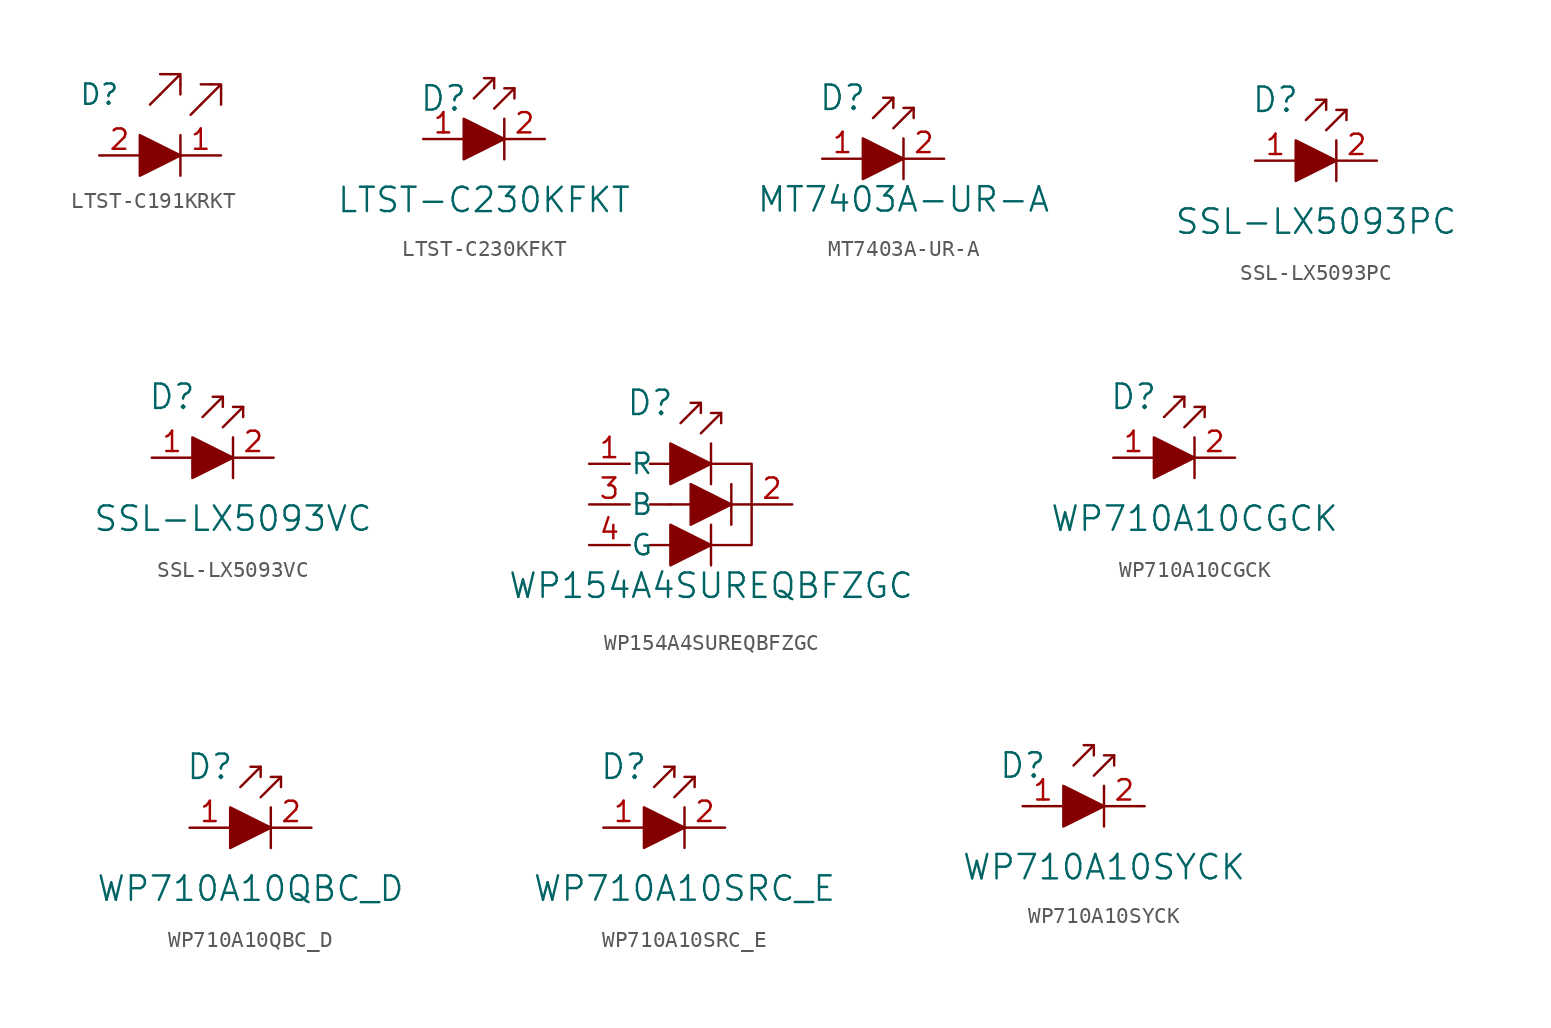
<source format=kicad_sym>
(kicad_symbol_lib
  (version 20220914)
  (generator kicad_symbol_editor)
  (symbol "LTST-C191KRKT"
    (pin_names
      (offset 0))
    (property "Reference" "D"
      (at -6.35 3.81 0)
      (effects (font (size 1.27 1.27)) (justify left)))
    (symbol "LTST-C191KRKT_0_1"
      (polyline (pts (xy 0 1.27) (xy 0 -1.27)) (stroke (width 0) (type solid)) (fill (type none)))
      (polyline (pts (xy -2.54 1.27) (xy -2.54 -1.27) (xy 0 0) (xy -2.54 1.27)) (stroke (width 0) (type solid)) (fill (type outline))))
    (symbol "LTST-C191KRKT_1_1"
      (polyline (pts (xy -1.27 3.81) (xy -1.905 3.175)) (stroke (width 0) (type solid)) (fill (type none)))
      (polyline (pts (xy -0.635 5.08) (xy -1.27 5.08)) (stroke (width 0) (type solid)) (fill (type none)))
      (polyline (pts (xy 0 4.445) (xy 0 3.81)) (stroke (width 0) (type solid)) (fill (type none)))
      (polyline (pts (xy 1.27 3.175) (xy 0.635 2.54)) (stroke (width 0) (type solid)) (fill (type none)))
      (polyline (pts (xy 1.905 4.445) (xy 1.27 4.445)) (stroke (width 0) (type solid)) (fill (type none)))
      (polyline (pts (xy 2.54 3.81) (xy 2.54 3.175)) (stroke (width 0) (type solid)) (fill (type none)))
      (polyline (pts (xy 1.27 3.175) (xy 2.54 4.445) (xy 1.905 4.445) (xy 2.54 4.445) (xy 2.54 3.81)) (stroke (width 0) (type solid)) (fill (type none)))
      (polyline (pts (xy 0 5.08) (xy 0 4.445) (xy 0 5.08) (xy -0.635 5.08) (xy 0 5.08) (xy -1.27 3.81)) (stroke (width 0) (type solid)) (fill (type none)))
      (pin output line (at 2.54 0 180) (length 2.54) (name "~" (effects (font (size 1.27 1.27)))) (number "1" (effects (font (size 1.27 1.27)))))
      (pin input line (at -5.08 0 0) (length 2.54) (name "~" (effects (font (size 1.27 1.27)))) (number "2" (effects (font (size 1.27 1.27)))))))
  (symbol "LTST-C230KFKT"
    (pin_names
      (offset 0))
    (property "Reference" "D"
      (at -3.81 2.54 0)
      (effects (font (size 1.524 1.524))))
    (property "Value" "LTST-C230KFKT"
      (at -1.27 -3.81 0)
      (effects (font (size 1.524 1.524))))
    (symbol "LTST-C230KFKT_0_1"
      (polyline (pts (xy -0.635 3.81) (xy -1.905 2.54)) (stroke (width 0) (type solid)) (fill (type none)))
      (polyline (pts (xy 0 1.27) (xy 0 -1.27)) (stroke (width 0) (type solid)) (fill (type none)))
      (polyline (pts (xy 0.635 3.175) (xy -0.635 1.905)) (stroke (width 0) (type solid)) (fill (type none)))
      (polyline (pts (xy -1.27 3.81) (xy -0.635 3.81) (xy -0.635 3.175)) (stroke (width 0) (type solid)) (fill (type none)))
      (polyline (pts (xy 0 3.175) (xy 0.635 3.175) (xy 0.635 2.54)) (stroke (width 0) (type solid)) (fill (type none)))
      (polyline (pts (xy -2.54 1.27) (xy -2.54 -1.27) (xy 0 0) (xy -2.54 1.27)) (stroke (width 0) (type solid)) (fill (type outline))))
    (symbol "LTST-C230KFKT_1_1"
      (pin passive line (at -5.08 0 0) (length 2.54) (name "~" (effects (font (size 1.27 1.27)))) (number "1" (effects (font (size 1.27 1.27)))))
      (pin passive line (at 2.54 0 180) (length 2.54) (name "~" (effects (font (size 1.27 1.27)))) (number "2" (effects (font (size 1.27 1.27)))))))
  (symbol "MT7403A-UR-A"
    (pin_names
      (offset 1.016))
    (property "Reference" "D"
      (at -3.81 3.81 0)
      (effects (font (size 1.524 1.524))))
    (property "Value" "MT7403A-UR-A"
      (at 0 -2.54 0)
      (effects (font (size 1.524 1.524))))
    (symbol "MT7403A-UR-A_0_1"
      (polyline (pts (xy -0.635 3.81) (xy -1.905 2.54)) (stroke (width 0) (type solid)) (fill (type none)))
      (polyline (pts (xy 0 1.27) (xy 0 -1.27)) (stroke (width 0) (type solid)) (fill (type none)))
      (polyline (pts (xy 0.635 3.175) (xy -0.635 1.905)) (stroke (width 0) (type solid)) (fill (type none)))
      (polyline (pts (xy -1.27 3.81) (xy -0.635 3.81) (xy -0.635 3.175)) (stroke (width 0) (type solid)) (fill (type none)))
      (polyline (pts (xy 0 3.175) (xy 0.635 3.175) (xy 0.635 2.54)) (stroke (width 0) (type solid)) (fill (type none))))
    (symbol "MT7403A-UR-A_1_1"
      (polyline (pts (xy -2.54 1.27) (xy -2.54 -1.27) (xy 0 0) (xy -2.54 1.27)) (stroke (width 0) (type solid)) (fill (type outline)))
      (pin passive line (at -5.08 0 0) (length 2.54) (name "~" (effects (font (size 1.27 1.27)))) (number "1" (effects (font (size 1.27 1.27)))))
      (pin passive line (at 2.54 0 180) (length 2.54) (name "~" (effects (font (size 1.27 1.27)))) (number "2" (effects (font (size 1.27 1.27)))))))
  (symbol "SSL-LX5093PC"
    (pin_names
      (offset 0))
    (property "Reference" "D"
      (at -3.81 3.81 0)
      (effects (font (size 1.524 1.524))))
    (property "Value" "SSL-LX5093PC"
      (at -1.27 -3.81 0)
      (effects (font (size 1.524 1.524))))
    (symbol "SSL-LX5093PC_0_1"
      (polyline (pts (xy -0.635 3.81) (xy -1.905 2.54)) (stroke (width 0) (type solid)) (fill (type none)))
      (polyline (pts (xy 0 1.27) (xy 0 -1.27)) (stroke (width 0) (type solid)) (fill (type none)))
      (polyline (pts (xy 0.635 3.175) (xy -0.635 1.905)) (stroke (width 0) (type solid)) (fill (type none)))
      (polyline (pts (xy -1.27 3.81) (xy -0.635 3.81) (xy -0.635 3.175)) (stroke (width 0) (type solid)) (fill (type none)))
      (polyline (pts (xy 0 3.175) (xy 0.635 3.175) (xy 0.635 2.54)) (stroke (width 0) (type solid)) (fill (type none)))
      (polyline (pts (xy -2.54 1.27) (xy -2.54 -1.27) (xy 0 0) (xy -2.54 1.27)) (stroke (width 0) (type solid)) (fill (type outline))))
    (symbol "SSL-LX5093PC_1_1"
      (pin passive line (at -5.08 0 0) (length 2.54) (name "~" (effects (font (size 1.27 1.27)))) (number "1" (effects (font (size 1.27 1.27)))))
      (pin passive line (at 2.54 0 180) (length 2.54) (name "~" (effects (font (size 1.27 1.27)))) (number "2" (effects (font (size 1.27 1.27)))))))
  (symbol "SSL-LX5093VC"
    (pin_names
      (offset 0))
    (property "Reference" "D"
      (at -3.81 3.81 0)
      (effects (font (size 1.524 1.524))))
    (property "Value" "SSL-LX5093VC"
      (at 0 -3.81 0)
      (effects (font (size 1.524 1.524))))
    (symbol "SSL-LX5093VC_0_1"
      (polyline (pts (xy -0.635 3.81) (xy -1.905 2.54)) (stroke (width 0) (type solid)) (fill (type none)))
      (polyline (pts (xy 0 1.27) (xy 0 -1.27)) (stroke (width 0) (type solid)) (fill (type none)))
      (polyline (pts (xy 0.635 3.175) (xy -0.635 1.905)) (stroke (width 0) (type solid)) (fill (type none)))
      (polyline (pts (xy -1.27 3.81) (xy -0.635 3.81) (xy -0.635 3.175)) (stroke (width 0) (type solid)) (fill (type none)))
      (polyline (pts (xy 0 3.175) (xy 0.635 3.175) (xy 0.635 2.54)) (stroke (width 0) (type solid)) (fill (type none)))
      (polyline (pts (xy -2.54 1.27) (xy -2.54 -1.27) (xy 0 0) (xy -2.54 1.27)) (stroke (width 0) (type solid)) (fill (type outline))))
    (symbol "SSL-LX5093VC_1_1"
      (pin passive line (at -5.08 0 0) (length 2.54) (name "~" (effects (font (size 1.27 1.27)))) (number "1" (effects (font (size 1.27 1.27)))))
      (pin passive line (at 2.54 0 180) (length 2.54) (name "~" (effects (font (size 1.27 1.27)))) (number "2" (effects (font (size 1.27 1.27)))))))
  (symbol "WP154A4SUREQBFZGC"
    (pin_names
      (offset 0.025))
    (property "Reference" "D"
      (at -3.81 6.35 0)
      (effects (font (size 1.524 1.524))))
    (property "Value" "WP154A4SUREQBFZGC"
      (at 0 -5.08 0)
      (effects (font (size 1.524 1.524))))
    (symbol "WP154A4SUREQBFZGC_0_1"
      (polyline (pts (xy -3.81 -2.54) (xy -2.54 -2.54)) (stroke (width 0) (type solid)) (fill (type none)))
      (polyline (pts (xy -2.54 0) (xy -3.81 0)) (stroke (width 0) (type solid)) (fill (type none)))
      (polyline (pts (xy -2.54 2.54) (xy -3.81 2.54)) (stroke (width 0) (type solid)) (fill (type none)))
      (polyline (pts (xy -1.27 0) (xy -2.54 0)) (stroke (width 0) (type solid)) (fill (type none)))
      (polyline (pts (xy -0.635 6.35) (xy -1.905 5.08)) (stroke (width 0) (type solid)) (fill (type none)))
      (polyline (pts (xy 0 -1.27) (xy 0 -3.81)) (stroke (width 0) (type solid)) (fill (type none)))
      (polyline (pts (xy 0 1.27) (xy 0 3.81)) (stroke (width 0) (type solid)) (fill (type none)))
      (polyline (pts (xy 0.635 5.715) (xy -0.635 4.445)) (stroke (width 0) (type solid)) (fill (type none)))
      (polyline (pts (xy 1.27 1.27) (xy 1.27 -1.27)) (stroke (width 0) (type solid)) (fill (type none)))
      (polyline (pts (xy -1.27 6.35) (xy -0.635 6.35) (xy -0.635 5.715)) (stroke (width 0) (type solid)) (fill (type none)))
      (polyline (pts (xy 0 5.715) (xy 0.635 5.715) (xy 0.635 5.08)) (stroke (width 0) (type solid)) (fill (type none)))
      (polyline (pts (xy 2.54 0) (xy 2.54 -2.54) (xy 0 -2.54)) (stroke (width 0) (type solid)) (fill (type none)))
      (polyline (pts (xy -2.54 -3.81) (xy -2.54 -1.27) (xy 0 -2.54) (xy -2.54 -3.81)) (stroke (width 0) (type solid)) (fill (type outline)))
      (polyline (pts (xy -2.54 3.81) (xy -2.54 1.27) (xy 0 2.54) (xy -2.54 3.81)) (stroke (width 0) (type solid)) (fill (type outline)))
      (polyline (pts (xy -1.27 1.27) (xy -1.27 -1.27) (xy 1.27 0) (xy -1.27 1.27)) (stroke (width 0) (type solid)) (fill (type outline)))
      (polyline (pts (xy 0 2.54) (xy 2.54 2.54) (xy 2.54 0) (xy 1.27 0)) (stroke (width 0) (type solid)) (fill (type none))))
    (symbol "WP154A4SUREQBFZGC_1_1"
      (pin passive line (at -7.62 2.54 0) (length 2.54) (name "R" (effects (font (size 1.27 1.27)))) (number "1" (effects (font (size 1.27 1.27)))))
      (pin passive line (at 5.08 0 180) (length 2.54) (name "~" (effects (font (size 1.27 1.27)))) (number "2" (effects (font (size 1.27 1.27)))))
      (pin passive line (at -7.62 0 0) (length 2.54) (name "B" (effects (font (size 1.27 1.27)))) (number "3" (effects (font (size 1.27 1.27)))))
      (pin passive line (at -7.62 -2.54 0) (length 2.54) (name "G" (effects (font (size 1.27 1.27)))) (number "4" (effects (font (size 1.27 1.27)))))))
  (symbol "WP710A10CGCK"
    (pin_names
      (offset 0))
    (property "Reference" "D"
      (at -3.81 3.81 0)
      (effects (font (size 1.524 1.524))))
    (property "Value" "WP710A10CGCK"
      (at 0 -3.81 0)
      (effects (font (size 1.524 1.524))))
    (symbol "WP710A10CGCK_0_1"
      (polyline (pts (xy -0.635 3.81) (xy -1.905 2.54)) (stroke (width 0) (type solid)) (fill (type none)))
      (polyline (pts (xy 0 1.27) (xy 0 -1.27)) (stroke (width 0) (type solid)) (fill (type none)))
      (polyline (pts (xy 0.635 3.175) (xy -0.635 1.905)) (stroke (width 0) (type solid)) (fill (type none)))
      (polyline (pts (xy -1.27 3.81) (xy -0.635 3.81) (xy -0.635 3.175)) (stroke (width 0) (type solid)) (fill (type none)))
      (polyline (pts (xy 0 3.175) (xy 0.635 3.175) (xy 0.635 2.54)) (stroke (width 0) (type solid)) (fill (type none)))
      (polyline (pts (xy -2.54 1.27) (xy -2.54 -1.27) (xy 0 0) (xy -2.54 1.27)) (stroke (width 0) (type solid)) (fill (type outline))))
    (symbol "WP710A10CGCK_1_1"
      (pin passive line (at -5.08 0 0) (length 2.54) (name "~" (effects (font (size 1.27 1.27)))) (number "1" (effects (font (size 1.27 1.27)))))
      (pin passive line (at 2.54 0 180) (length 2.54) (name "~" (effects (font (size 1.27 1.27)))) (number "2" (effects (font (size 1.27 1.27)))))))
  (symbol "WP710A10QBC_D"
    (pin_names
      (offset 0))
    (property "Reference" "D"
      (at -3.81 3.81 0)
      (effects (font (size 1.524 1.524))))
    (property "Value" "WP710A10QBC_D"
      (at -1.27 -3.81 0)
      (effects (font (size 1.524 1.524))))
    (symbol "WP710A10QBC_D_0_1"
      (polyline (pts (xy -0.635 3.81) (xy -1.905 2.54)) (stroke (width 0) (type solid)) (fill (type none)))
      (polyline (pts (xy 0 1.27) (xy 0 -1.27)) (stroke (width 0) (type solid)) (fill (type none)))
      (polyline (pts (xy 0.635 3.175) (xy -0.635 1.905)) (stroke (width 0) (type solid)) (fill (type none)))
      (polyline (pts (xy -1.27 3.81) (xy -0.635 3.81) (xy -0.635 3.175)) (stroke (width 0) (type solid)) (fill (type none)))
      (polyline (pts (xy 0 3.175) (xy 0.635 3.175) (xy 0.635 2.54)) (stroke (width 0) (type solid)) (fill (type none)))
      (polyline (pts (xy -2.54 1.27) (xy -2.54 -1.27) (xy 0 0) (xy -2.54 1.27)) (stroke (width 0) (type solid)) (fill (type outline))))
    (symbol "WP710A10QBC_D_1_1"
      (pin passive line (at -5.08 0 0) (length 2.54) (name "~" (effects (font (size 1.27 1.27)))) (number "1" (effects (font (size 1.27 1.27)))))
      (pin passive line (at 2.54 0 180) (length 2.54) (name "~" (effects (font (size 1.27 1.27)))) (number "2" (effects (font (size 1.27 1.27)))))))
  (symbol "WP710A10SRC_E"
    (pin_names
      (offset 0))
    (property "Reference" "D"
      (at -3.81 3.81 0)
      (effects (font (size 1.524 1.524))))
    (property "Value" "WP710A10SRC_E"
      (at 0 -3.81 0)
      (effects (font (size 1.524 1.524))))
    (symbol "WP710A10SRC_E_0_1"
      (polyline (pts (xy -0.635 3.81) (xy -1.905 2.54)) (stroke (width 0) (type solid)) (fill (type none)))
      (polyline (pts (xy 0 1.27) (xy 0 -1.27)) (stroke (width 0) (type solid)) (fill (type none)))
      (polyline (pts (xy 0.635 3.175) (xy -0.635 1.905)) (stroke (width 0) (type solid)) (fill (type none)))
      (polyline (pts (xy -1.27 3.81) (xy -0.635 3.81) (xy -0.635 3.175)) (stroke (width 0) (type solid)) (fill (type none)))
      (polyline (pts (xy 0 3.175) (xy 0.635 3.175) (xy 0.635 2.54)) (stroke (width 0) (type solid)) (fill (type none)))
      (polyline (pts (xy -2.54 1.27) (xy -2.54 -1.27) (xy 0 0) (xy -2.54 1.27)) (stroke (width 0) (type solid)) (fill (type outline))))
    (symbol "WP710A10SRC_E_1_1"
      (pin passive line (at -5.08 0 0) (length 2.54) (name "~" (effects (font (size 1.27 1.27)))) (number "1" (effects (font (size 1.27 1.27)))))
      (pin passive line (at 2.54 0 180) (length 2.54) (name "~" (effects (font (size 1.27 1.27)))) (number "2" (effects (font (size 1.27 1.27)))))))
  (symbol "WP710A10SYCK"
    (pin_names
      (offset 0))
    (property "Reference" "D"
      (at -5.08 2.54 0)
      (effects (font (size 1.524 1.524))))
    (property "Value" "WP710A10SYCK"
      (at 0 -3.81 0)
      (effects (font (size 1.524 1.524))))
    (symbol "WP710A10SYCK_0_1"
      (polyline (pts (xy -0.635 3.81) (xy -1.905 2.54)) (stroke (width 0) (type solid)) (fill (type none)))
      (polyline (pts (xy 0 1.27) (xy 0 -1.27)) (stroke (width 0) (type solid)) (fill (type none)))
      (polyline (pts (xy 0.635 3.175) (xy -0.635 1.905)) (stroke (width 0) (type solid)) (fill (type none)))
      (polyline (pts (xy -1.27 3.81) (xy -0.635 3.81) (xy -0.635 3.175)) (stroke (width 0) (type solid)) (fill (type none)))
      (polyline (pts (xy 0 3.175) (xy 0.635 3.175) (xy 0.635 2.54)) (stroke (width 0) (type solid)) (fill (type none)))
      (polyline (pts (xy -2.54 1.27) (xy -2.54 -1.27) (xy 0 0) (xy -2.54 1.27)) (stroke (width 0) (type solid)) (fill (type outline))))
    (symbol "WP710A10SYCK_1_1"
      (pin passive line (at -5.08 0 0) (length 2.54) (name "~" (effects (font (size 1.27 1.27)))) (number "1" (effects (font (size 1.27 1.27)))))
      (pin passive line (at 2.54 0 180) (length 2.54) (name "~" (effects (font (size 1.27 1.27)))) (number "2" (effects (font (size 1.27 1.27))))))))
</source>
